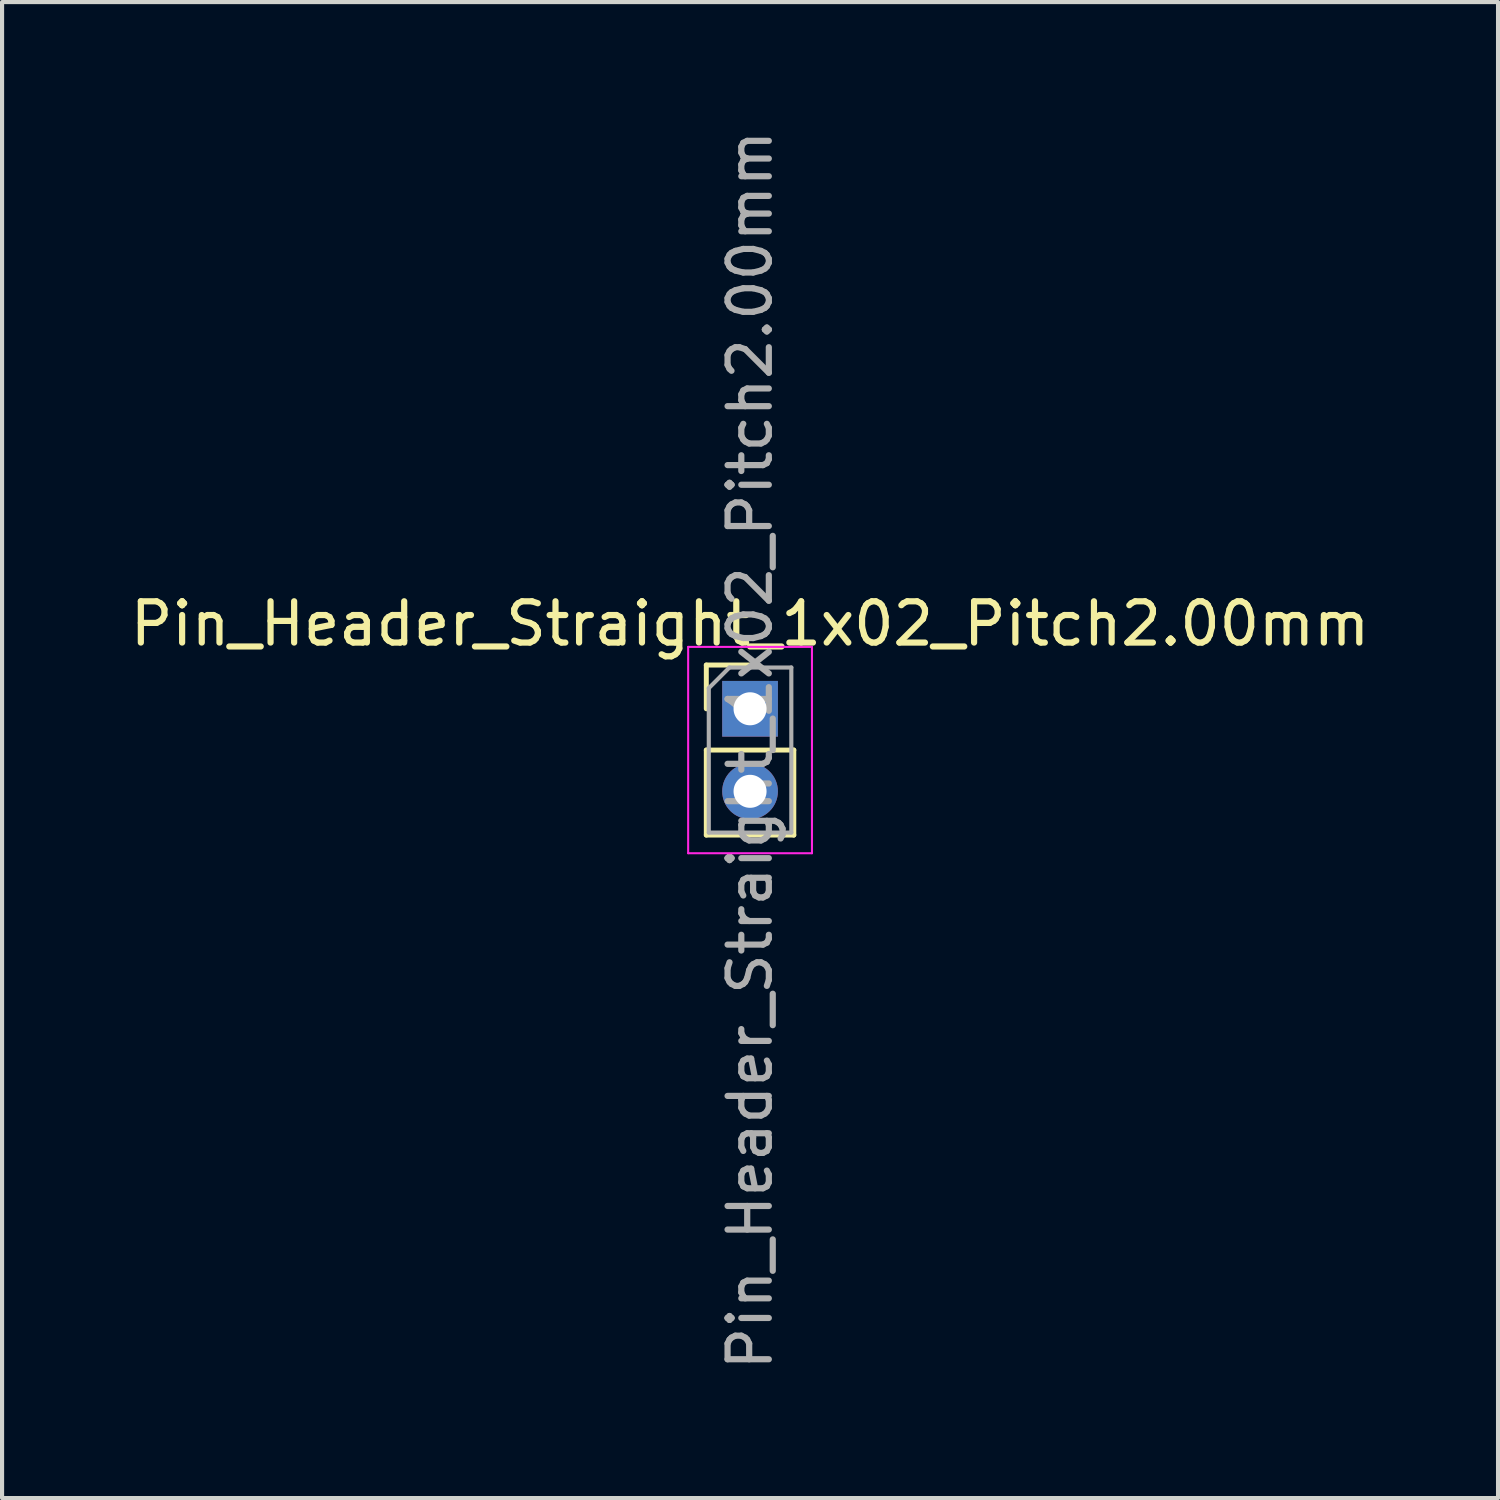
<source format=kicad_pcb>
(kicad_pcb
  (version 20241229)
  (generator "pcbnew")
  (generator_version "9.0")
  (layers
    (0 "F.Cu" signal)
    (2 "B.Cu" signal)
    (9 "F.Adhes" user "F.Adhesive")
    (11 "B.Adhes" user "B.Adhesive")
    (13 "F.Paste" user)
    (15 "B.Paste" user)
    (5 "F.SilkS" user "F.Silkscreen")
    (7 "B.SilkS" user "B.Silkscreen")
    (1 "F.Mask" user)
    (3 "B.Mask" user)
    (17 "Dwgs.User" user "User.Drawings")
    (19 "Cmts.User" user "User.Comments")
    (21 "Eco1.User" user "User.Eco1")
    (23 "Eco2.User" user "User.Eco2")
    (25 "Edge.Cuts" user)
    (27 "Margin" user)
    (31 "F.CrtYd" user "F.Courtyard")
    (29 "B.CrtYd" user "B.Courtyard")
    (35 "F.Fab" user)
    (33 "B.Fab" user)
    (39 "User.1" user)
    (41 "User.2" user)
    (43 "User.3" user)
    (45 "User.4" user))
  (footprint "Pin_Header_Straight_1x02_Pitch2.00mm"
    (layer "F.Cu")
    (at 15.125 14.125)
    (property "Reference" "Pin_Header_Straight_1x02_Pitch2.00mm" (at 0 -2.06 0) (layer "F.SilkS") (effects (font (size 1 1) (thickness 0.15))))
    (attr through_hole)
    (fp_line (start -1.06 -1.06) (end 0 -1.06) (stroke (width 0.12) (type solid)) (layer "F.SilkS"))
    (fp_line (start -1.06 0) (end -1.06 -1.06) (stroke (width 0.12) (type solid)) (layer "F.SilkS"))
    (fp_line (start -1.06 1) (end -1.06 3.06) (stroke (width 0.12) (type solid)) (layer "F.SilkS"))
    (fp_line (start -1.06 1) (end 1.06 1) (stroke (width 0.12) (type solid)) (layer "F.SilkS"))
    (fp_line (start -1.06 3.06) (end 1.06 3.06) (stroke (width 0.12) (type solid)) (layer "F.SilkS"))
    (fp_line (start 1.06 1) (end 1.06 3.06) (stroke (width 0.12) (type solid)) (layer "F.SilkS"))
    (fp_line (start -1.5 -1.5) (end -1.5 3.5) (stroke (width 0.05) (type solid)) (layer "F.CrtYd"))
    (fp_line (start -1.5 3.5) (end 1.5 3.5) (stroke (width 0.05) (type solid)) (layer "F.CrtYd"))
    (fp_line (start 1.5 -1.5) (end -1.5 -1.5) (stroke (width 0.05) (type solid)) (layer "F.CrtYd"))
    (fp_line (start 1.5 3.5) (end 1.5 -1.5) (stroke (width 0.05) (type solid)) (layer "F.CrtYd"))
    (fp_line (start -1 -0.5) (end -0.5 -1) (stroke (width 0.1) (type solid)) (layer "F.Fab"))
    (fp_line (start -1 3) (end -1 -0.5) (stroke (width 0.1) (type solid)) (layer "F.Fab"))
    (fp_line (start -0.5 -1) (end 1 -1) (stroke (width 0.1) (type solid)) (layer "F.Fab"))
    (fp_line (start 1 -1) (end 1 3) (stroke (width 0.1) (type solid)) (layer "F.Fab"))
    (fp_line (start 1 3) (end -1 3) (stroke (width 0.1) (type solid)) (layer "F.Fab"))
    (fp_text user "${REFERENCE}" (at 0 1 90) (layer "F.Fab") (effects (font (size 1 1) (thickness 0.15))))
    (pad "1" thru_hole rect (at 0 0) (size 1.35 1.35) (drill 0.8) (layers "*.Cu" "*.Mask"))
    (pad "2" thru_hole oval (at 0 2) (size 1.35 1.35) (drill 0.8) (layers "*.Cu" "*.Mask")))
  (gr_rect
    (start -3 -3)
    (end 33.25 33.25)
    (stroke (width 0.1) (type default))
    (fill no)
    (layer "Edge.Cuts")))
</source>
